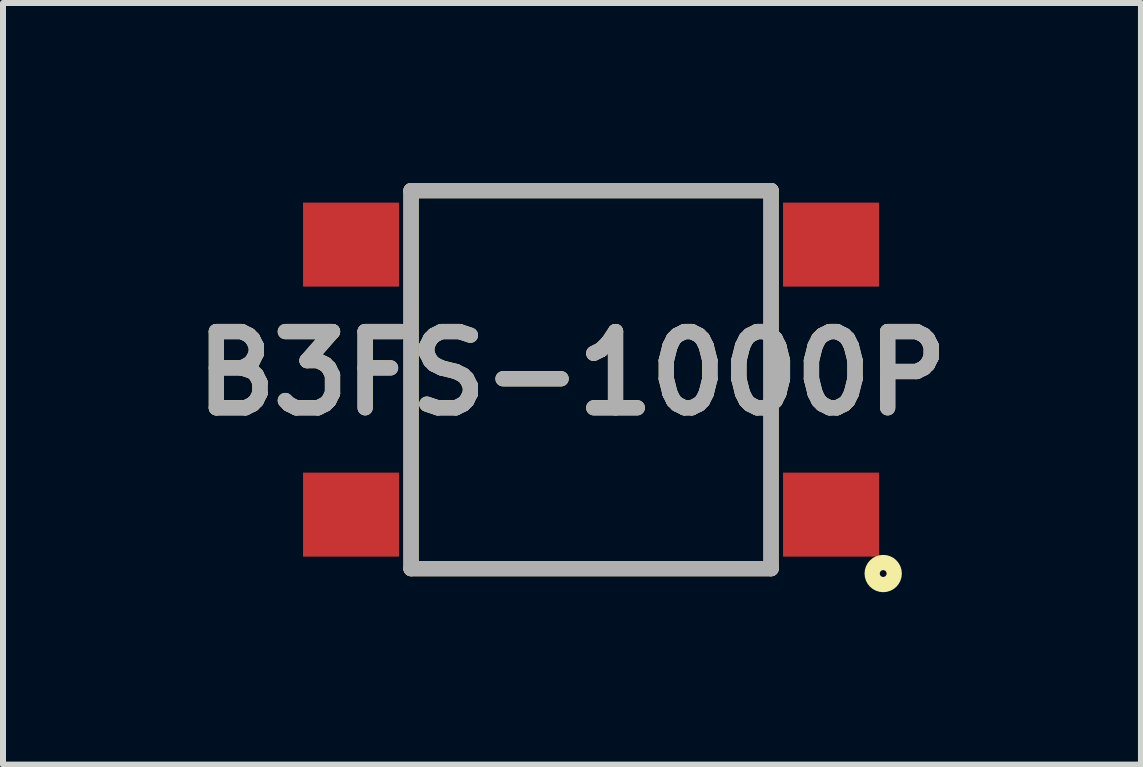
<source format=kicad_pcb>
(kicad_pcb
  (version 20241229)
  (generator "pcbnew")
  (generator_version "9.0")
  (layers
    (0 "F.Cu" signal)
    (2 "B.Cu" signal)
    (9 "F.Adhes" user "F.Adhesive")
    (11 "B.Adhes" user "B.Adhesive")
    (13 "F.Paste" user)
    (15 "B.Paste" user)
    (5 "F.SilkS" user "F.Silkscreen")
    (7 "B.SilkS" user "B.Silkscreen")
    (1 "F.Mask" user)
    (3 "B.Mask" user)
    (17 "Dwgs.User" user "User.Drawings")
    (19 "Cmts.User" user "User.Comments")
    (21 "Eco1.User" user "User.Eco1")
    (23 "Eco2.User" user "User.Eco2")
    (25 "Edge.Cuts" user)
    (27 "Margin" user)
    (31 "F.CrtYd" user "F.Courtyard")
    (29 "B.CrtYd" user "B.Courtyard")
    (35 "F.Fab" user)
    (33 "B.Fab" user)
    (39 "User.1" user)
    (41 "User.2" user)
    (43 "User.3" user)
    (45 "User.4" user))
  (footprint "B3FS-1000P"
    (layer "F.Cu")
    (at 6.801 3.277)
    (property "Reference" "B3FS-1000P" (at -0.318 -0.105 0) (layer "F.SilkS") (effects (font (size 1.27 1.27) (thickness 0.254))))
    (attr smd)
    (fp_line (start -3 -3.15) (end 3 -3.15) (stroke (width 0.254) (type solid)) (layer "F.SilkS"))
    (fp_line (start -3 3.15) (end -3 -3.15) (stroke (width 0.254) (type solid)) (layer "F.SilkS"))
    (fp_line (start 3 -3.15) (end 3 3.15) (stroke (width 0.254) (type solid)) (layer "F.SilkS"))
    (fp_line (start 3 3.15) (end -3 3.15) (stroke (width 0.254) (type solid)) (layer "F.SilkS"))
    (fp_circle (center 4.869 3.232) (end 4.869 3.289) (stroke (width 0.254) (type solid)) (fill no) (layer "F.SilkS"))
    (fp_line (start -3 -3.15) (end 3 -3.15) (stroke (width 0.254) (type solid)) (layer "F.Fab"))
    (fp_line (start -3 3.15) (end -3 -3.15) (stroke (width 0.254) (type solid)) (layer "F.Fab"))
    (fp_line (start 3 -3.15) (end 3 3.15) (stroke (width 0.254) (type solid)) (layer "F.Fab"))
    (fp_line (start 3 3.15) (end -3 3.15) (stroke (width 0.254) (type solid)) (layer "F.Fab"))
    (fp_text user "${REFERENCE}" (at -0.318 -0.105 0) (layer "F.Fab") (effects (font (size 1.27 1.27) (thickness 0.254))))
    (pad "1" smd rect (at 4 2.25 90) (size 1.4 1.6) (layers "F.Cu" "F.Mask" "F.Paste"))
    (pad "2" smd rect (at -4 2.25 90) (size 1.4 1.6) (layers "F.Cu" "F.Mask" "F.Paste"))
    (pad "3" smd rect (at 4 -2.25 90) (size 1.4 1.6) (layers "F.Cu" "F.Mask" "F.Paste"))
    (pad "4" smd rect (at -4 -2.25 90) (size 1.4 1.6) (layers "F.Cu" "F.Mask" "F.Paste")))
  (gr_rect
    (start -3 -3)
    (end 15.966 9.693)
    (stroke (width 0.1) (type default))
    (fill no)
    (layer "Edge.Cuts")))
</source>
